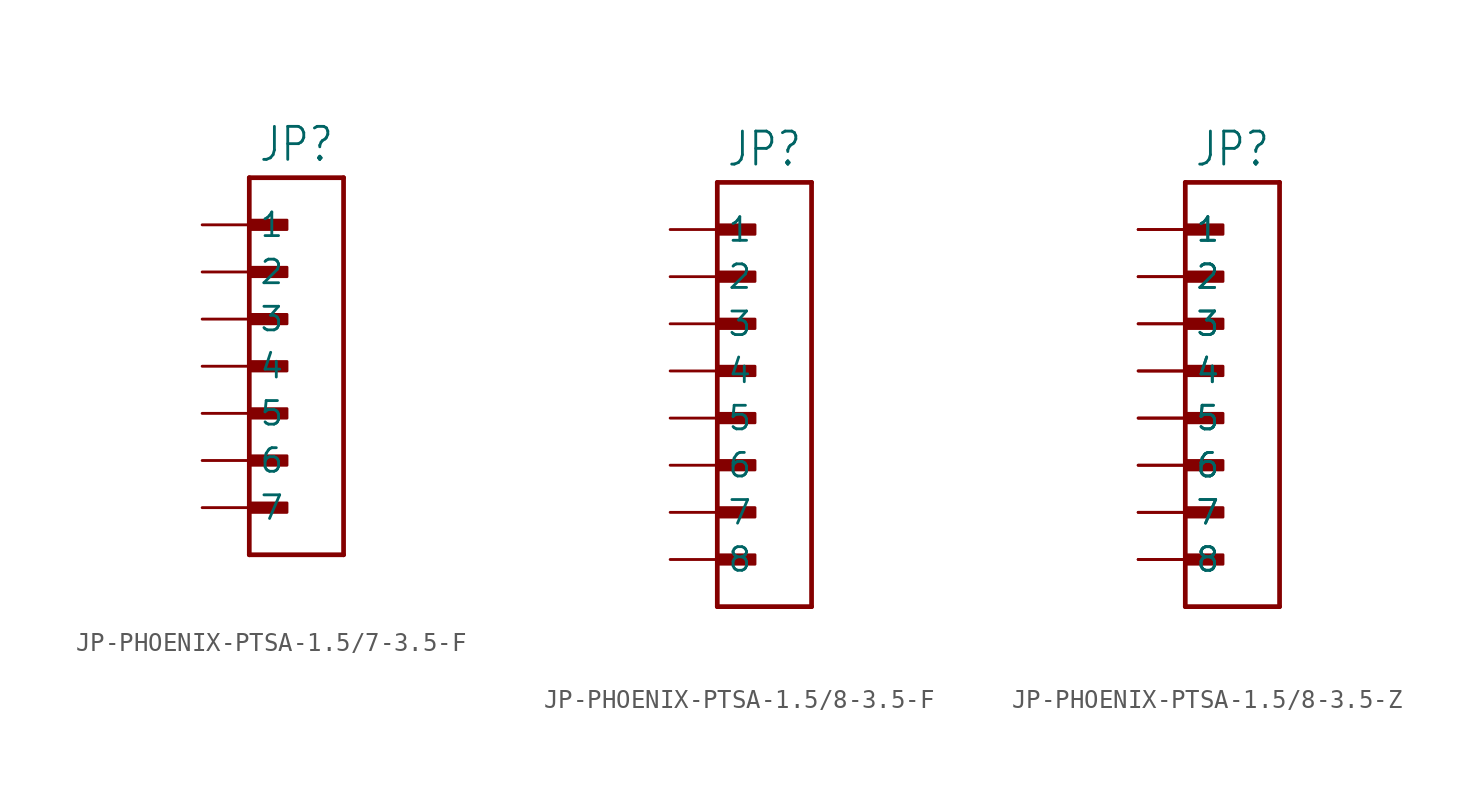
<source format=kicad_sym>
(kicad_symbol_lib
  (version 20231120)
  (generator "kicad_symbol_editor")
  (generator_version "8.0")
  (symbol "JP-PHOENIX-PTSA-1.5/7-3.5-F"
    (property "Reference" "JP"
      (at 0 10.922 0)
      (effects (font (size 1.778 1.511)) (justify bottom)))
    (property "Value" ""
      (at 0 -10.922 0)
      (effects (font (size 1.778 1.511)) (justify top)))
    (property "ki_locked" ""
      (at 0 0 0)
      (effects (font (size 1.27 1.27))))
    (symbol "JP-PHOENIX-PTSA-1.5/7-3.5-F_1_0"
      (rectangle (start -2.54 -7.874) (end -0.508 -7.366) (stroke (width 0) (type default)) (fill (type outline)))
      (rectangle (start -2.54 -5.334) (end -0.508 -4.826) (stroke (width 0) (type default)) (fill (type outline)))
      (rectangle (start -2.54 -2.794) (end -0.508 -2.286) (stroke (width 0) (type default)) (fill (type outline)))
      (rectangle (start -2.54 -0.254) (end -0.508 0.254) (stroke (width 0) (type default)) (fill (type outline)))
      (rectangle (start -2.54 2.286) (end -0.508 2.794) (stroke (width 0) (type default)) (fill (type outline)))
      (rectangle (start -2.54 4.826) (end -0.508 5.334) (stroke (width 0) (type default)) (fill (type outline)))
      (rectangle (start -2.54 7.366) (end -0.508 7.874) (stroke (width 0) (type default)) (fill (type outline)))
      (polyline (pts (xy -2.54 -10.16) (xy -2.54 10.16)) (stroke (width 0.254) (type solid)) (fill (type none)))
      (polyline (pts (xy -2.54 10.16) (xy 2.54 10.16)) (stroke (width 0.254) (type solid)) (fill (type none)))
      (polyline (pts (xy 2.54 -10.16) (xy -2.54 -10.16)) (stroke (width 0.254) (type solid)) (fill (type none)))
      (polyline (pts (xy 2.54 10.16) (xy 2.54 -10.16)) (stroke (width 0.254) (type solid)) (fill (type none)))
      (pin passive line (at -5.08 7.62 0) (length 2.54) (name "1" (effects (font (size 1.27 1.27)))) (number "1" (effects (font (size 0 0)))))
      (pin passive line (at -5.08 5.08 0) (length 2.54) (name "2" (effects (font (size 1.27 1.27)))) (number "2" (effects (font (size 0 0)))))
      (pin passive line (at -5.08 2.54 0) (length 2.54) (name "3" (effects (font (size 1.27 1.27)))) (number "3" (effects (font (size 0 0)))))
      (pin passive line (at -5.08 0 0) (length 2.54) (name "4" (effects (font (size 1.27 1.27)))) (number "4" (effects (font (size 0 0)))))
      (pin passive line (at -5.08 -2.54 0) (length 2.54) (name "5" (effects (font (size 1.27 1.27)))) (number "5" (effects (font (size 0 0)))))
      (pin passive line (at -5.08 -5.08 0) (length 2.54) (name "6" (effects (font (size 1.27 1.27)))) (number "6" (effects (font (size 0 0)))))
      (pin passive line (at -5.08 -7.62 0) (length 2.54) (name "7" (effects (font (size 1.27 1.27)))) (number "7" (effects (font (size 0 0)))))))
  (symbol "JP-PHOENIX-PTSA-1.5/8-3.5-F"
    (property "Reference" "JP"
      (at 0 10.922 0)
      (effects (font (size 1.778 1.511)) (justify bottom)))
    (property "Value" ""
      (at 0 -13.462 0)
      (effects (font (size 1.778 1.511)) (justify top)))
    (property "ki_locked" ""
      (at 0 0 0)
      (effects (font (size 1.27 1.27))))
    (symbol "JP-PHOENIX-PTSA-1.5/8-3.5-F_1_0"
      (rectangle (start -2.54 -10.414) (end -0.508 -9.906) (stroke (width 0) (type default)) (fill (type outline)))
      (rectangle (start -2.54 -7.874) (end -0.508 -7.366) (stroke (width 0) (type default)) (fill (type outline)))
      (rectangle (start -2.54 -5.334) (end -0.508 -4.826) (stroke (width 0) (type default)) (fill (type outline)))
      (rectangle (start -2.54 -2.794) (end -0.508 -2.286) (stroke (width 0) (type default)) (fill (type outline)))
      (rectangle (start -2.54 -0.254) (end -0.508 0.254) (stroke (width 0) (type default)) (fill (type outline)))
      (rectangle (start -2.54 2.286) (end -0.508 2.794) (stroke (width 0) (type default)) (fill (type outline)))
      (rectangle (start -2.54 4.826) (end -0.508 5.334) (stroke (width 0) (type default)) (fill (type outline)))
      (rectangle (start -2.54 7.366) (end -0.508 7.874) (stroke (width 0) (type default)) (fill (type outline)))
      (polyline (pts (xy -2.54 -12.7) (xy -2.54 10.16)) (stroke (width 0.254) (type solid)) (fill (type none)))
      (polyline (pts (xy -2.54 10.16) (xy 2.54 10.16)) (stroke (width 0.254) (type solid)) (fill (type none)))
      (polyline (pts (xy 2.54 -12.7) (xy -2.54 -12.7)) (stroke (width 0.254) (type solid)) (fill (type none)))
      (polyline (pts (xy 2.54 10.16) (xy 2.54 -12.7)) (stroke (width 0.254) (type solid)) (fill (type none)))
      (pin passive line (at -5.08 7.62 0) (length 2.54) (name "1" (effects (font (size 1.27 1.27)))) (number "1" (effects (font (size 0 0)))))
      (pin passive line (at -5.08 5.08 0) (length 2.54) (name "2" (effects (font (size 1.27 1.27)))) (number "2" (effects (font (size 0 0)))))
      (pin passive line (at -5.08 2.54 0) (length 2.54) (name "3" (effects (font (size 1.27 1.27)))) (number "3" (effects (font (size 0 0)))))
      (pin passive line (at -5.08 0 0) (length 2.54) (name "4" (effects (font (size 1.27 1.27)))) (number "4" (effects (font (size 0 0)))))
      (pin passive line (at -5.08 -2.54 0) (length 2.54) (name "5" (effects (font (size 1.27 1.27)))) (number "5" (effects (font (size 0 0)))))
      (pin passive line (at -5.08 -5.08 0) (length 2.54) (name "6" (effects (font (size 1.27 1.27)))) (number "6" (effects (font (size 0 0)))))
      (pin passive line (at -5.08 -7.62 0) (length 2.54) (name "7" (effects (font (size 1.27 1.27)))) (number "7" (effects (font (size 0 0)))))
      (pin passive line (at -5.08 -10.16 0) (length 2.54) (name "8" (effects (font (size 1.27 1.27)))) (number "8" (effects (font (size 0 0)))))))
  (symbol "JP-PHOENIX-PTSA-1.5/8-3.5-Z"
    (property "Reference" "JP"
      (at 0 10.922 0)
      (effects (font (size 1.778 1.511)) (justify bottom)))
    (property "Value" ""
      (at 0 -13.462 0)
      (effects (font (size 1.778 1.511)) (justify top)))
    (property "ki_locked" ""
      (at 0 0 0)
      (effects (font (size 1.27 1.27))))
    (symbol "JP-PHOENIX-PTSA-1.5/8-3.5-Z_1_0"
      (rectangle (start -2.54 -10.414) (end -0.508 -9.906) (stroke (width 0) (type default)) (fill (type outline)))
      (rectangle (start -2.54 -7.874) (end -0.508 -7.366) (stroke (width 0) (type default)) (fill (type outline)))
      (rectangle (start -2.54 -5.334) (end -0.508 -4.826) (stroke (width 0) (type default)) (fill (type outline)))
      (rectangle (start -2.54 -2.794) (end -0.508 -2.286) (stroke (width 0) (type default)) (fill (type outline)))
      (rectangle (start -2.54 -0.254) (end -0.508 0.254) (stroke (width 0) (type default)) (fill (type outline)))
      (rectangle (start -2.54 2.286) (end -0.508 2.794) (stroke (width 0) (type default)) (fill (type outline)))
      (rectangle (start -2.54 4.826) (end -0.508 5.334) (stroke (width 0) (type default)) (fill (type outline)))
      (rectangle (start -2.54 7.366) (end -0.508 7.874) (stroke (width 0) (type default)) (fill (type outline)))
      (polyline (pts (xy -2.54 -12.7) (xy -2.54 10.16)) (stroke (width 0.254) (type solid)) (fill (type none)))
      (polyline (pts (xy -2.54 10.16) (xy 2.54 10.16)) (stroke (width 0.254) (type solid)) (fill (type none)))
      (polyline (pts (xy 2.54 -12.7) (xy -2.54 -12.7)) (stroke (width 0.254) (type solid)) (fill (type none)))
      (polyline (pts (xy 2.54 10.16) (xy 2.54 -12.7)) (stroke (width 0.254) (type solid)) (fill (type none)))
      (pin passive line (at -5.08 7.62 0) (length 2.54) (name "1" (effects (font (size 1.27 1.27)))) (number "1A" (effects (font (size 0 0)))))
      (pin passive line (at -5.08 7.62 0) (length 2.54) (name "1" (effects (font (size 1.27 1.27)))) (number "1B" (effects (font (size 0 0)))))
      (pin passive line (at -5.08 5.08 0) (length 2.54) (name "2" (effects (font (size 1.27 1.27)))) (number "2A" (effects (font (size 0 0)))))
      (pin passive line (at -5.08 5.08 0) (length 2.54) (name "2" (effects (font (size 1.27 1.27)))) (number "2B" (effects (font (size 0 0)))))
      (pin passive line (at -5.08 2.54 0) (length 2.54) (name "3" (effects (font (size 1.27 1.27)))) (number "3A" (effects (font (size 0 0)))))
      (pin passive line (at -5.08 2.54 0) (length 2.54) (name "3" (effects (font (size 1.27 1.27)))) (number "3B" (effects (font (size 0 0)))))
      (pin passive line (at -5.08 0 0) (length 2.54) (name "4" (effects (font (size 1.27 1.27)))) (number "4A" (effects (font (size 0 0)))))
      (pin passive line (at -5.08 0 0) (length 2.54) (name "4" (effects (font (size 1.27 1.27)))) (number "4B" (effects (font (size 0 0)))))
      (pin passive line (at -5.08 -2.54 0) (length 2.54) (name "5" (effects (font (size 1.27 1.27)))) (number "5A" (effects (font (size 0 0)))))
      (pin passive line (at -5.08 -2.54 0) (length 2.54) (name "5" (effects (font (size 1.27 1.27)))) (number "5B" (effects (font (size 0 0)))))
      (pin passive line (at -5.08 -5.08 0) (length 2.54) (name "6" (effects (font (size 1.27 1.27)))) (number "6A" (effects (font (size 0 0)))))
      (pin passive line (at -5.08 -5.08 0) (length 2.54) (name "6" (effects (font (size 1.27 1.27)))) (number "6B" (effects (font (size 0 0)))))
      (pin passive line (at -5.08 -7.62 0) (length 2.54) (name "7" (effects (font (size 1.27 1.27)))) (number "7A" (effects (font (size 0 0)))))
      (pin passive line (at -5.08 -7.62 0) (length 2.54) (name "7" (effects (font (size 1.27 1.27)))) (number "7B" (effects (font (size 0 0)))))
      (pin passive line (at -5.08 -10.16 0) (length 2.54) (name "8" (effects (font (size 1.27 1.27)))) (number "8A" (effects (font (size 0 0)))))
      (pin passive line (at -5.08 -10.16 0) (length 2.54) (name "8" (effects (font (size 1.27 1.27)))) (number "8B" (effects (font (size 0 0))))))))
</source>
